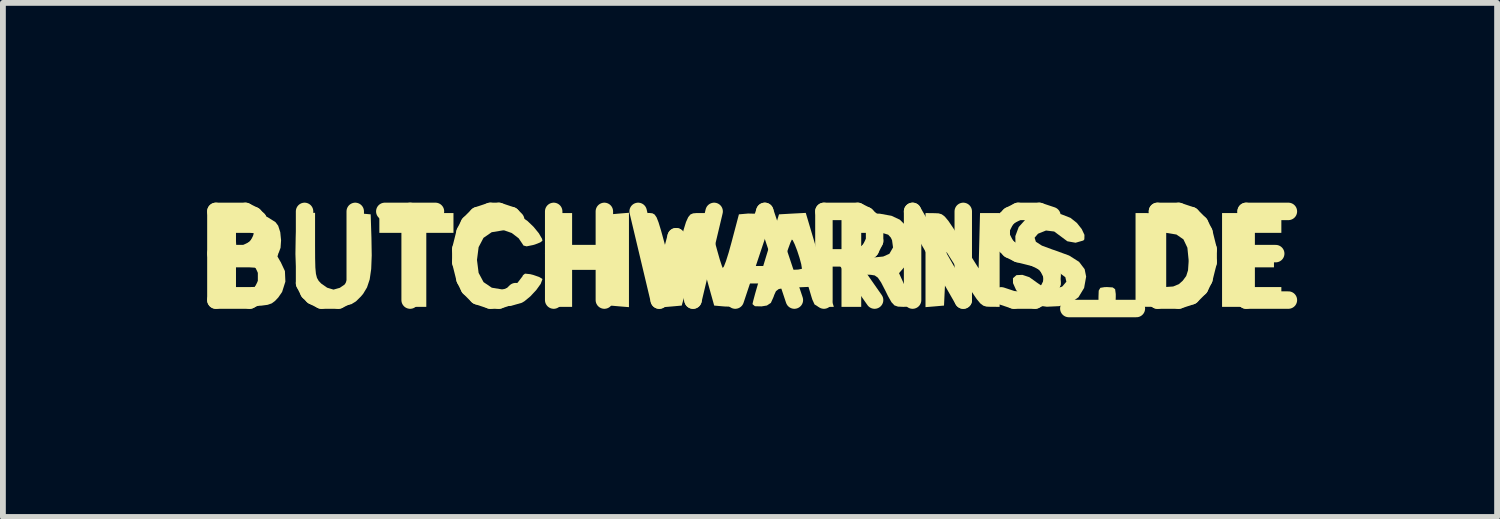
<source format=kicad_pcb>
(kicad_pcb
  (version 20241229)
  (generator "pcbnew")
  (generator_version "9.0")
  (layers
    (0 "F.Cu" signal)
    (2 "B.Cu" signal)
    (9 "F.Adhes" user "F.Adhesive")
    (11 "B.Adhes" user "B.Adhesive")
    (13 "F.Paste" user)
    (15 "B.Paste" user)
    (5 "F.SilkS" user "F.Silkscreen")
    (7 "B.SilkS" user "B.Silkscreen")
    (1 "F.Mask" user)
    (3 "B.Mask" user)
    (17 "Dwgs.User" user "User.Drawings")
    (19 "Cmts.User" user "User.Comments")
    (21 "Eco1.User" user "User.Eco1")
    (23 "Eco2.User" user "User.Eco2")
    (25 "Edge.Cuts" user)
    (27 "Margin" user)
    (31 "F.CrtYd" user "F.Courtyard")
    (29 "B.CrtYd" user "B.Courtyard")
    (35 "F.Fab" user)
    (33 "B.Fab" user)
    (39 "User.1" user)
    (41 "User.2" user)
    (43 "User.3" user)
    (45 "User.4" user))
  (footprint "BUTCHWARNS_DE"
    (layer "F.Cu")
    (at 9.841 1.418)
    (property "Reference" "BUTCHWARNS_DE" (at 0 0 0) (layer "F.SilkS") (effects (font (size 1.524 1.524) (thickness 0.3))))
    (attr board_only exclude_from_pos_files exclude_from_bom)
    (fp_poly (pts (xy -5.097 -0.466) (xy -5.564 -0.466) (xy -5.564 0.806) (xy -5.904 0.806) (xy -5.904 -0.466) (xy -6.371 -0.466) (xy -6.371 -0.806) (xy -5.097 -0.806)) (stroke (width 0) (type solid)) (fill yes) (layer "F.SilkS"))
    (fp_poly (pts (xy 9.132 -0.466) (xy 8.453 -0.466) (xy 8.453 -0.17) (xy 9.005 -0.17) (xy 9.005 0.127) (xy 8.453 0.127) (xy 8.453 0.466) (xy 9.132 0.466) (xy 9.132 0.806) (xy 8.113 0.806) (xy 8.113 -0.806) (xy 9.132 -0.806)) (stroke (width 0) (type solid)) (fill yes) (layer "F.SilkS"))
    (fp_poly (pts (xy -2.081 0.811) (xy -2.241 0.798) (xy -2.4 0.784) (xy -2.412 0.477) (xy -2.425 0.17) (xy -3.058 0.17) (xy -3.058 0.806) (xy -3.356 0.806) (xy -3.356 -0.806) (xy -3.058 -0.806) (xy -3.058 -0.17) (xy -2.425 -0.17) (xy -2.412 -0.477) (xy -2.4 -0.784) (xy -2.241 -0.798) (xy -2.081 -0.811)) (stroke (width 0) (type solid)) (fill yes) (layer "F.SilkS"))
    (fp_poly (pts (xy 6.233 0.472) (xy 6.275 0.503) (xy 6.286 0.586) (xy 6.286 0.636) (xy 6.282 0.745) (xy 6.254 0.793) (xy 6.181 0.805) (xy 6.138 0.806) (xy 6.042 0.801) (xy 6 0.769) (xy 5.989 0.686) (xy 5.989 0.636) (xy 5.993 0.527) (xy 6.021 0.479) (xy 6.094 0.467) (xy 6.138 0.466)) (stroke (width 0) (type solid)) (fill yes) (layer "F.SilkS"))
    (fp_poly (pts (xy 4.29 0.806) (xy 4.131 0.805) (xy 4.064 0.802) (xy 4.01 0.786) (xy 3.958 0.747) (xy 3.895 0.671) (xy 3.812 0.548) (xy 3.696 0.367) (xy 3.674 0.333) (xy 3.377 -0.139) (xy 3.356 0.323) (xy 3.334 0.784) (xy 3.175 0.798) (xy 3.016 0.811) (xy 3.016 -0.806) (xy 3.175 -0.804) (xy 3.241 -0.801) (xy 3.295 -0.785) (xy 3.348 -0.745) (xy 3.411 -0.669) (xy 3.494 -0.546) (xy 3.61 -0.364) (xy 3.632 -0.329) (xy 3.929 0.144) (xy 3.941 -0.331) (xy 3.953 -0.806) (xy 4.29 -0.806)) (stroke (width 0) (type solid)) (fill yes) (layer "F.SilkS"))
    (fp_poly (pts (xy 6.934 -0.805) (xy 7.195 -0.795) (xy 7.391 -0.759) (xy 7.543 -0.692) (xy 7.668 -0.589) (xy 7.674 -0.583) (xy 7.808 -0.389) (xy 7.88 -0.169) (xy 7.894 0.061) (xy 7.853 0.284) (xy 7.76 0.484) (xy 7.618 0.645) (xy 7.431 0.751) (xy 7.393 0.763) (xy 7.272 0.785) (xy 7.104 0.8) (xy 6.934 0.805) (xy 6.626 0.806) (xy 6.626 0.466) (xy 6.923 0.466) (xy 7.128 0.466) (xy 7.273 0.456) (xy 7.37 0.416) (xy 7.436 0.358) (xy 7.497 0.276) (xy 7.528 0.178) (xy 7.538 0.032) (xy 7.538 0) (xy 7.517 -0.211) (xy 7.449 -0.354) (xy 7.329 -0.437) (xy 7.15 -0.466) (xy 7.128 -0.466) (xy 6.923 -0.466) (xy 6.923 0.466) (xy 6.626 0.466) (xy 6.626 -0.806)) (stroke (width 0) (type solid)) (fill yes) (layer "F.SilkS"))
    (fp_poly (pts (xy -6.679 -0.798) (xy -6.52 -0.784) (xy -6.507 -0.382) (xy -6.502 -0.078) (xy -6.511 0.155) (xy -6.537 0.334) (xy -6.583 0.472) (xy -6.65 0.583) (xy -6.688 0.628) (xy -6.773 0.712) (xy -6.852 0.76) (xy -6.955 0.782) (xy -7.099 0.792) (xy -7.256 0.793) (xy -7.389 0.783) (xy -7.458 0.767) (xy -7.543 0.71) (xy -7.639 0.618) (xy -7.656 0.598) (xy -7.726 0.488) (xy -7.774 0.343) (xy -7.802 0.15) (xy -7.812 -0.103) (xy -7.807 -0.382) (xy -7.794 -0.784) (xy -7.635 -0.798) (xy -7.476 -0.811) (xy -7.476 -0.255) (xy -7.475 -0.028) (xy -7.471 0.131) (xy -7.461 0.238) (xy -7.443 0.308) (xy -7.414 0.359) (xy -7.371 0.405) (xy -7.268 0.477) (xy -7.161 0.509) (xy -7.157 0.509) (xy -7.051 0.479) (xy -6.946 0.408) (xy -6.943 0.405) (xy -6.9 0.358) (xy -6.871 0.308) (xy -6.853 0.237) (xy -6.843 0.13) (xy -6.839 -0.029) (xy -6.838 -0.255) (xy -6.838 -0.811)) (stroke (width 0) (type solid)) (fill yes) (layer "F.SilkS"))
    (fp_poly (pts (xy 1.964 -0.806) (xy 2.232 -0.795) (xy 2.431 -0.759) (xy 2.575 -0.692) (xy 2.68 -0.588) (xy 2.733 -0.498) (xy 2.786 -0.299) (xy 2.767 -0.094) (xy 2.678 0.089) (xy 2.657 0.116) (xy 2.561 0.227) (xy 2.682 0.494) (xy 2.743 0.631) (xy 2.786 0.734) (xy 2.803 0.783) (xy 2.803 0.784) (xy 2.766 0.797) (xy 2.671 0.805) (xy 2.633 0.806) (xy 2.543 0.802) (xy 2.482 0.781) (xy 2.431 0.726) (xy 2.371 0.62) (xy 2.327 0.53) (xy 2.253 0.387) (xy 2.197 0.304) (xy 2.143 0.266) (xy 2.075 0.255) (xy 2.051 0.254) (xy 1.911 0.254) (xy 1.911 0.806) (xy 1.572 0.806) (xy 1.572 -0.042) (xy 1.911 -0.042) (xy 2.121 -0.042) (xy 2.289 -0.059) (xy 2.393 -0.105) (xy 2.397 -0.109) (xy 2.458 -0.215) (xy 2.441 -0.339) (xy 2.42 -0.384) (xy 2.375 -0.434) (xy 2.294 -0.459) (xy 2.154 -0.466) (xy 2.143 -0.466) (xy 1.911 -0.466) (xy 1.911 -0.042) (xy 1.572 -0.042) (xy 1.572 -0.806)) (stroke (width 0) (type solid)) (fill yes) (layer "F.SilkS"))
    (fp_poly (pts (xy -4.022 -0.772) (xy -3.922 -0.736) (xy -3.825 -0.67) (xy -3.72 -0.569) (xy -3.63 -0.459) (xy -3.575 -0.364) (xy -3.568 -0.331) (xy -3.605 -0.302) (xy -3.696 -0.266) (xy -3.727 -0.257) (xy -3.84 -0.234) (xy -3.894 -0.248) (xy -3.903 -0.263) (xy -3.976 -0.372) (xy -4.095 -0.463) (xy -4.223 -0.508) (xy -4.244 -0.509) (xy -4.44 -0.477) (xy -4.581 -0.38) (xy -4.665 -0.22) (xy -4.693 0) (xy -4.665 0.222) (xy -4.58 0.381) (xy -4.438 0.477) (xy -4.244 0.509) (xy -4.118 0.475) (xy -3.994 0.39) (xy -3.911 0.282) (xy -3.903 0.263) (xy -3.867 0.235) (xy -3.779 0.244) (xy -3.727 0.257) (xy -3.626 0.292) (xy -3.571 0.324) (xy -3.568 0.331) (xy -3.598 0.411) (xy -3.674 0.517) (xy -3.775 0.625) (xy -3.878 0.71) (xy -3.922 0.736) (xy -4.108 0.789) (xy -4.327 0.801) (xy -4.54 0.772) (xy -4.673 0.723) (xy -4.838 0.592) (xy -4.953 0.409) (xy -5.019 0.194) (xy -5.035 -0.036) (xy -5.003 -0.263) (xy -4.92 -0.47) (xy -4.789 -0.638) (xy -4.664 -0.725) (xy -4.468 -0.787) (xy -4.241 -0.803)) (stroke (width 0) (type solid)) (fill yes) (layer "F.SilkS"))
    (fp_poly (pts (xy 1.138 -0.203) (xy 1.207 0.03) (xy 1.273 0.251) (xy 1.33 0.44) (xy 1.37 0.576) (xy 1.379 0.604) (xy 1.44 0.806) (xy 1.274 0.806) (xy 1.167 0.799) (xy 1.109 0.765) (xy 1.07 0.679) (xy 1.056 0.634) (xy 1.005 0.463) (xy 0.729 0.475) (xy 0.58 0.484) (xy 0.493 0.5) (xy 0.446 0.536) (xy 0.416 0.601) (xy 0.404 0.636) (xy 0.358 0.738) (xy 0.29 0.783) (xy 0.198 0.798) (xy 0.084 0.795) (xy 0.044 0.761) (xy 0.043 0.755) (xy 0.056 0.698) (xy 0.089 0.575) (xy 0.14 0.398) (xy 0.203 0.182) (xy 0.211 0.156) (xy 0.552 0.156) (xy 0.59 0.165) (xy 0.684 0.169) (xy 0.722 0.17) (xy 0.829 0.165) (xy 0.888 0.153) (xy 0.892 0.148) (xy 0.88 0.072) (xy 0.85 -0.039) (xy 0.81 -0.161) (xy 0.768 -0.269) (xy 0.734 -0.339) (xy 0.719 -0.351) (xy 0.695 -0.3) (xy 0.657 -0.197) (xy 0.614 -0.071) (xy 0.577 0.05) (xy 0.555 0.136) (xy 0.552 0.156) (xy 0.211 0.156) (xy 0.271 -0.042) (xy 0.498 -0.784) (xy 0.728 -0.797) (xy 0.958 -0.809)) (stroke (width 0) (type solid)) (fill yes) (layer "F.SilkS"))
    (fp_poly (pts (xy -8.505 -0.789) (xy -8.294 -0.737) (xy -8.156 -0.65) (xy -8.11 -0.589) (xy -8.074 -0.477) (xy -8.06 -0.338) (xy -8.069 -0.209) (xy -8.101 -0.123) (xy -8.105 -0.118) (xy -8.122 -0.06) (xy -8.073 0.027) (xy -8.068 0.033) (xy -7.994 0.191) (xy -7.986 0.372) (xy -8.042 0.549) (xy -8.108 0.645) (xy -8.166 0.706) (xy -8.22 0.746) (xy -8.291 0.771) (xy -8.397 0.785) (xy -8.557 0.794) (xy -8.682 0.799) (xy -9.132 0.815) (xy -9.132 0.466) (xy -8.835 0.466) (xy -8.6 0.466) (xy -8.461 0.462) (xy -8.383 0.443) (xy -8.342 0.401) (xy -8.329 0.371) (xy -8.309 0.252) (xy -8.357 0.175) (xy -8.477 0.135) (xy -8.603 0.127) (xy -8.835 0.127) (xy -8.835 0.466) (xy -9.132 0.466) (xy -9.132 -0.318) (xy -8.835 -0.318) (xy -8.829 -0.221) (xy -8.796 -0.18) (xy -8.709 -0.17) (xy -8.673 -0.17) (xy -8.545 -0.184) (xy -8.444 -0.22) (xy -8.434 -0.226) (xy -8.379 -0.305) (xy -8.386 -0.374) (xy -8.417 -0.431) (xy -8.48 -0.458) (xy -8.598 -0.466) (xy -8.625 -0.466) (xy -8.835 -0.466) (xy -8.835 -0.318) (xy -9.132 -0.318) (xy -9.132 -0.806) (xy -8.791 -0.806)) (stroke (width 0) (type solid)) (fill yes) (layer "F.SilkS"))
    (fp_poly (pts (xy 5.348 -0.786) (xy 5.509 -0.723) (xy 5.618 -0.636) (xy 5.701 -0.531) (xy 5.748 -0.431) (xy 5.746 -0.354) (xy 5.728 -0.334) (xy 5.595 -0.296) (xy 5.454 -0.321) (xy 5.344 -0.403) (xy 5.228 -0.489) (xy 5.087 -0.506) (xy 4.95 -0.451) (xy 4.891 -0.382) (xy 4.913 -0.313) (xy 5.017 -0.246) (xy 5.204 -0.177) (xy 5.233 -0.168) (xy 5.484 -0.076) (xy 5.655 0.032) (xy 5.751 0.158) (xy 5.777 0.286) (xy 5.742 0.481) (xy 5.645 0.641) (xy 5.499 0.745) (xy 5.499 0.745) (xy 5.311 0.794) (xy 5.101 0.804) (xy 4.903 0.776) (xy 4.77 0.723) (xy 4.66 0.631) (xy 4.572 0.514) (xy 4.52 0.398) (xy 4.519 0.314) (xy 4.579 0.261) (xy 4.681 0.256) (xy 4.801 0.296) (xy 4.915 0.377) (xy 4.921 0.382) (xy 5.066 0.482) (xy 5.219 0.508) (xy 5.361 0.459) (xy 5.37 0.453) (xy 5.437 0.374) (xy 5.419 0.296) (xy 5.318 0.221) (xy 5.133 0.149) (xy 5.131 0.148) (xy 4.971 0.095) (xy 4.829 0.042) (xy 4.742 0.003) (xy 4.622 -0.103) (xy 4.562 -0.248) (xy 4.56 -0.41) (xy 4.618 -0.566) (xy 4.734 -0.695) (xy 4.753 -0.709) (xy 4.928 -0.783) (xy 5.138 -0.809)) (stroke (width 0) (type solid)) (fill yes) (layer "F.SilkS"))
    (fp_poly (pts (xy -1.678 -0.802) (xy -1.64 -0.781) (xy -1.606 -0.732) (xy -1.572 -0.645) (xy -1.53 -0.508) (xy -1.476 -0.311) (xy -1.41 -0.067) (xy -1.331 0.227) (xy -1.258 -0.067) (xy -1.192 -0.329) (xy -1.141 -0.521) (xy -1.1 -0.653) (xy -1.062 -0.736) (xy -1.024 -0.782) (xy -0.978 -0.801) (xy -0.921 -0.806) (xy -0.894 -0.806) (xy -0.733 -0.806) (xy -0.615 -0.35) (xy -0.564 -0.163) (xy -0.52 -0.008) (xy -0.485 0.099) (xy -0.469 0.138) (xy -0.449 0.112) (xy -0.413 0.019) (xy -0.367 -0.127) (xy -0.317 -0.308) (xy -0.191 -0.784) (xy -0.032 -0.798) (xy 0.084 -0.795) (xy 0.127 -0.762) (xy 0.127 -0.755) (xy 0.116 -0.698) (xy 0.085 -0.574) (xy 0.038 -0.396) (xy -0.022 -0.179) (xy -0.085 0.042) (xy -0.153 0.279) (xy -0.211 0.486) (xy -0.257 0.651) (xy -0.287 0.759) (xy -0.297 0.798) (xy -0.335 0.803) (xy -0.428 0.8) (xy -0.457 0.798) (xy -0.616 0.784) (xy -0.743 0.329) (xy -0.796 0.147) (xy -0.843 -0.001) (xy -0.878 -0.097) (xy -0.895 -0.127) (xy -0.916 -0.089) (xy -0.953 0.015) (xy -1.001 0.168) (xy -1.047 0.329) (xy -1.174 0.784) (xy -1.328 0.798) (xy -1.482 0.811) (xy -1.588 0.458) (xy -1.651 0.247) (xy -1.723 0.000134) (xy -1.792 -0.239) (xy -1.809 -0.297) (xy -1.86 -0.474) (xy -1.903 -0.624) (xy -1.934 -0.724) (xy -1.943 -0.753) (xy -1.926 -0.789) (xy -1.836 -0.805) (xy -1.79 -0.806) (xy -1.726 -0.807)) (stroke (width 0) (type solid)) (fill yes) (layer "F.SilkS")))
  (gr_rect
    (start -3 -3)
    (end 22.681 5.836)
    (stroke (width 0.1) (type default))
    (fill no)
    (layer "Edge.Cuts")))
</source>
